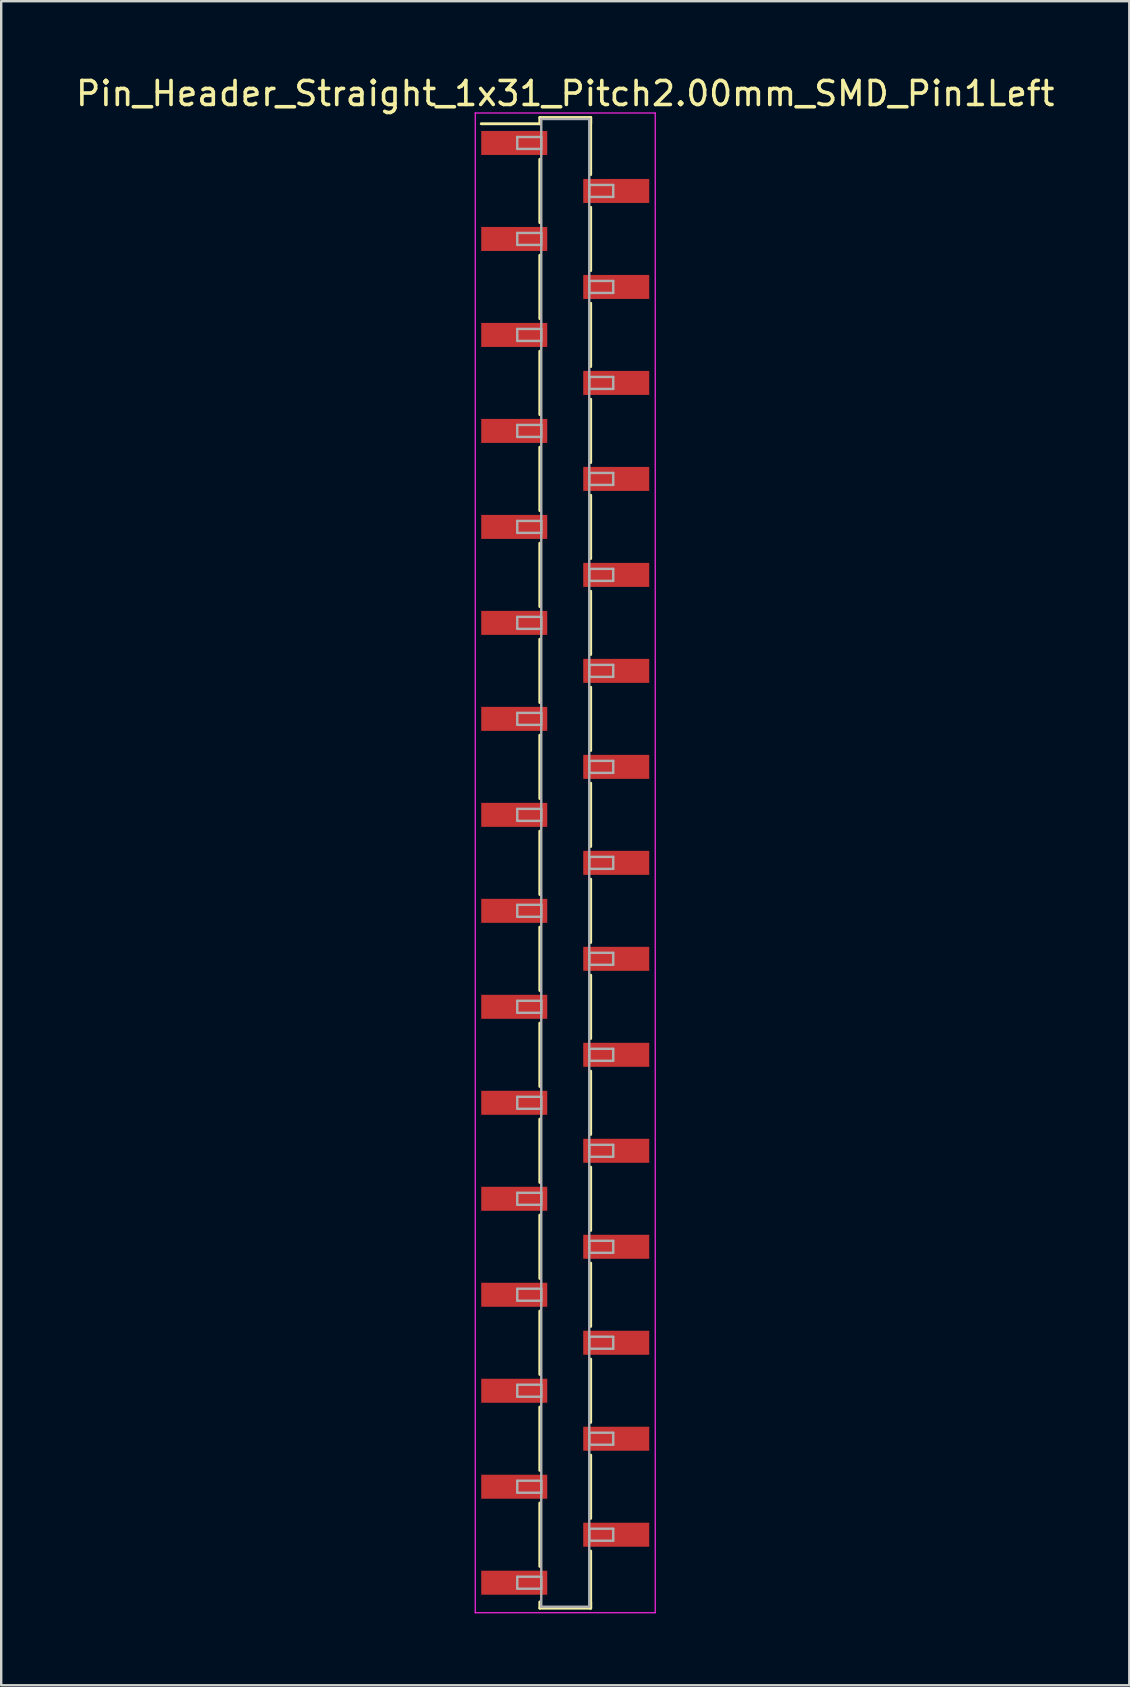
<source format=kicad_pcb>
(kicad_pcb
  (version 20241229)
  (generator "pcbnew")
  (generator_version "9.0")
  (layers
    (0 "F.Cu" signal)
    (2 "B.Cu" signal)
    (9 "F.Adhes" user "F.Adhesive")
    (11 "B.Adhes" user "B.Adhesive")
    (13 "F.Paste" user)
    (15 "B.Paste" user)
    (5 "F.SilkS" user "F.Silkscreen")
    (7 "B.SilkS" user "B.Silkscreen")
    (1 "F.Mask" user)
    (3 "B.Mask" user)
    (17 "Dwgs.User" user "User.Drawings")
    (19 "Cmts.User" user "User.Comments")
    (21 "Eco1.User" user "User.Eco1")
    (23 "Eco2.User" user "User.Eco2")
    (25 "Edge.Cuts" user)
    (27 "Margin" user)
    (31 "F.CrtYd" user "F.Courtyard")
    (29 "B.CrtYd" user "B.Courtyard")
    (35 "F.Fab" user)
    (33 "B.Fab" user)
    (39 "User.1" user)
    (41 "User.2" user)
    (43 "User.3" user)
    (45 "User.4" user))
  (footprint "Pin_Header_Straight_1x31_Pitch2.00mm_SMD_Pin1Left"
    (layer "F.Cu")
    (at 20.506 32.908)
    (property "Reference" "Pin_Header_Straight_1x31_Pitch2.00mm_SMD_Pin1Left" (at 0 -32.06 0) (layer "F.SilkS") (effects (font (size 1 1) (thickness 0.15))))
    (attr smd)
    (fp_line (start -1.06 -31.06) (end 1.06 -31.06) (stroke (width 0.12) (type solid)) (layer "F.SilkS"))
    (fp_line (start -1.06 -30.8) (end -3.5 -30.8) (stroke (width 0.12) (type solid)) (layer "F.SilkS"))
    (fp_line (start -1.06 -30.8) (end -1.06 -31.06) (stroke (width 0.12) (type solid)) (layer "F.SilkS"))
    (fp_line (start -1.06 -29.32) (end -1.06 -26.68) (stroke (width 0.12) (type solid)) (layer "F.SilkS"))
    (fp_line (start -1.06 -25.32) (end -1.06 -22.68) (stroke (width 0.12) (type solid)) (layer "F.SilkS"))
    (fp_line (start -1.06 -21.32) (end -1.06 -18.68) (stroke (width 0.12) (type solid)) (layer "F.SilkS"))
    (fp_line (start -1.06 -17.32) (end -1.06 -14.68) (stroke (width 0.12) (type solid)) (layer "F.SilkS"))
    (fp_line (start -1.06 -13.32) (end -1.06 -10.68) (stroke (width 0.12) (type solid)) (layer "F.SilkS"))
    (fp_line (start -1.06 -9.32) (end -1.06 -6.68) (stroke (width 0.12) (type solid)) (layer "F.SilkS"))
    (fp_line (start -1.06 -5.32) (end -1.06 -2.68) (stroke (width 0.12) (type solid)) (layer "F.SilkS"))
    (fp_line (start -1.06 -1.32) (end -1.06 1.32) (stroke (width 0.12) (type solid)) (layer "F.SilkS"))
    (fp_line (start -1.06 2.68) (end -1.06 5.32) (stroke (width 0.12) (type solid)) (layer "F.SilkS"))
    (fp_line (start -1.06 6.68) (end -1.06 9.32) (stroke (width 0.12) (type solid)) (layer "F.SilkS"))
    (fp_line (start -1.06 10.68) (end -1.06 13.32) (stroke (width 0.12) (type solid)) (layer "F.SilkS"))
    (fp_line (start -1.06 14.68) (end -1.06 17.32) (stroke (width 0.12) (type solid)) (layer "F.SilkS"))
    (fp_line (start -1.06 18.68) (end -1.06 21.32) (stroke (width 0.12) (type solid)) (layer "F.SilkS"))
    (fp_line (start -1.06 22.68) (end -1.06 25.32) (stroke (width 0.12) (type solid)) (layer "F.SilkS"))
    (fp_line (start -1.06 26.68) (end -1.06 29.32) (stroke (width 0.12) (type solid)) (layer "F.SilkS"))
    (fp_line (start -1.06 30.8) (end -1.06 31.06) (stroke (width 0.12) (type solid)) (layer "F.SilkS"))
    (fp_line (start -1.06 31.06) (end 1.06 31.06) (stroke (width 0.12) (type solid)) (layer "F.SilkS"))
    (fp_line (start 1.06 -31.06) (end 1.06 -30.8) (stroke (width 0.12) (type solid)) (layer "F.SilkS"))
    (fp_line (start 1.06 -31.06) (end 1.06 -28.68) (stroke (width 0.12) (type solid)) (layer "F.SilkS"))
    (fp_line (start 1.06 -27.32) (end 1.06 -24.68) (stroke (width 0.12) (type solid)) (layer "F.SilkS"))
    (fp_line (start 1.06 -23.32) (end 1.06 -20.68) (stroke (width 0.12) (type solid)) (layer "F.SilkS"))
    (fp_line (start 1.06 -19.32) (end 1.06 -16.68) (stroke (width 0.12) (type solid)) (layer "F.SilkS"))
    (fp_line (start 1.06 -15.32) (end 1.06 -12.68) (stroke (width 0.12) (type solid)) (layer "F.SilkS"))
    (fp_line (start 1.06 -11.32) (end 1.06 -8.68) (stroke (width 0.12) (type solid)) (layer "F.SilkS"))
    (fp_line (start 1.06 -7.32) (end 1.06 -4.68) (stroke (width 0.12) (type solid)) (layer "F.SilkS"))
    (fp_line (start 1.06 -3.32) (end 1.06 -0.68) (stroke (width 0.12) (type solid)) (layer "F.SilkS"))
    (fp_line (start 1.06 0.68) (end 1.06 3.32) (stroke (width 0.12) (type solid)) (layer "F.SilkS"))
    (fp_line (start 1.06 4.68) (end 1.06 7.32) (stroke (width 0.12) (type solid)) (layer "F.SilkS"))
    (fp_line (start 1.06 8.68) (end 1.06 11.32) (stroke (width 0.12) (type solid)) (layer "F.SilkS"))
    (fp_line (start 1.06 12.68) (end 1.06 15.32) (stroke (width 0.12) (type solid)) (layer "F.SilkS"))
    (fp_line (start 1.06 16.68) (end 1.06 19.32) (stroke (width 0.12) (type solid)) (layer "F.SilkS"))
    (fp_line (start 1.06 20.68) (end 1.06 23.32) (stroke (width 0.12) (type solid)) (layer "F.SilkS"))
    (fp_line (start 1.06 24.68) (end 1.06 27.32) (stroke (width 0.12) (type solid)) (layer "F.SilkS"))
    (fp_line (start 1.06 28.68) (end 1.06 31.06) (stroke (width 0.12) (type solid)) (layer "F.SilkS"))
    (fp_line (start 1.06 31.06) (end 1.06 30.8) (stroke (width 0.12) (type solid)) (layer "F.SilkS"))
    (fp_line (start -3.75 -31.25) (end -3.75 31.25) (stroke (width 0.05) (type solid)) (layer "F.CrtYd"))
    (fp_line (start -3.75 31.25) (end 3.75 31.25) (stroke (width 0.05) (type solid)) (layer "F.CrtYd"))
    (fp_line (start 3.75 -31.25) (end -3.75 -31.25) (stroke (width 0.05) (type solid)) (layer "F.CrtYd"))
    (fp_line (start 3.75 31.25) (end 3.75 -31.25) (stroke (width 0.05) (type solid)) (layer "F.CrtYd"))
    (fp_line (start -2 -30.25) (end -1 -30.25) (stroke (width 0.1) (type solid)) (layer "F.Fab"))
    (fp_line (start -2 -29.75) (end -2 -30.25) (stroke (width 0.1) (type solid)) (layer "F.Fab"))
    (fp_line (start -2 -26.25) (end -1 -26.25) (stroke (width 0.1) (type solid)) (layer "F.Fab"))
    (fp_line (start -2 -25.75) (end -2 -26.25) (stroke (width 0.1) (type solid)) (layer "F.Fab"))
    (fp_line (start -2 -22.25) (end -1 -22.25) (stroke (width 0.1) (type solid)) (layer "F.Fab"))
    (fp_line (start -2 -21.75) (end -2 -22.25) (stroke (width 0.1) (type solid)) (layer "F.Fab"))
    (fp_line (start -2 -18.25) (end -1 -18.25) (stroke (width 0.1) (type solid)) (layer "F.Fab"))
    (fp_line (start -2 -17.75) (end -2 -18.25) (stroke (width 0.1) (type solid)) (layer "F.Fab"))
    (fp_line (start -2 -14.25) (end -1 -14.25) (stroke (width 0.1) (type solid)) (layer "F.Fab"))
    (fp_line (start -2 -13.75) (end -2 -14.25) (stroke (width 0.1) (type solid)) (layer "F.Fab"))
    (fp_line (start -2 -10.25) (end -1 -10.25) (stroke (width 0.1) (type solid)) (layer "F.Fab"))
    (fp_line (start -2 -9.75) (end -2 -10.25) (stroke (width 0.1) (type solid)) (layer "F.Fab"))
    (fp_line (start -2 -6.25) (end -1 -6.25) (stroke (width 0.1) (type solid)) (layer "F.Fab"))
    (fp_line (start -2 -5.75) (end -2 -6.25) (stroke (width 0.1) (type solid)) (layer "F.Fab"))
    (fp_line (start -2 -2.25) (end -1 -2.25) (stroke (width 0.1) (type solid)) (layer "F.Fab"))
    (fp_line (start -2 -1.75) (end -2 -2.25) (stroke (width 0.1) (type solid)) (layer "F.Fab"))
    (fp_line (start -2 1.75) (end -1 1.75) (stroke (width 0.1) (type solid)) (layer "F.Fab"))
    (fp_line (start -2 2.25) (end -2 1.75) (stroke (width 0.1) (type solid)) (layer "F.Fab"))
    (fp_line (start -2 5.75) (end -1 5.75) (stroke (width 0.1) (type solid)) (layer "F.Fab"))
    (fp_line (start -2 6.25) (end -2 5.75) (stroke (width 0.1) (type solid)) (layer "F.Fab"))
    (fp_line (start -2 9.75) (end -1 9.75) (stroke (width 0.1) (type solid)) (layer "F.Fab"))
    (fp_line (start -2 10.25) (end -2 9.75) (stroke (width 0.1) (type solid)) (layer "F.Fab"))
    (fp_line (start -2 13.75) (end -1 13.75) (stroke (width 0.1) (type solid)) (layer "F.Fab"))
    (fp_line (start -2 14.25) (end -2 13.75) (stroke (width 0.1) (type solid)) (layer "F.Fab"))
    (fp_line (start -2 17.75) (end -1 17.75) (stroke (width 0.1) (type solid)) (layer "F.Fab"))
    (fp_line (start -2 18.25) (end -2 17.75) (stroke (width 0.1) (type solid)) (layer "F.Fab"))
    (fp_line (start -2 21.75) (end -1 21.75) (stroke (width 0.1) (type solid)) (layer "F.Fab"))
    (fp_line (start -2 22.25) (end -2 21.75) (stroke (width 0.1) (type solid)) (layer "F.Fab"))
    (fp_line (start -2 25.75) (end -1 25.75) (stroke (width 0.1) (type solid)) (layer "F.Fab"))
    (fp_line (start -2 26.25) (end -2 25.75) (stroke (width 0.1) (type solid)) (layer "F.Fab"))
    (fp_line (start -2 29.75) (end -1 29.75) (stroke (width 0.1) (type solid)) (layer "F.Fab"))
    (fp_line (start -2 30.25) (end -2 29.75) (stroke (width 0.1) (type solid)) (layer "F.Fab"))
    (fp_line (start -1 -31) (end -1 31) (stroke (width 0.1) (type solid)) (layer "F.Fab"))
    (fp_line (start -1 -30.25) (end -1 -29.75) (stroke (width 0.1) (type solid)) (layer "F.Fab"))
    (fp_line (start -1 -29.75) (end -2 -29.75) (stroke (width 0.1) (type solid)) (layer "F.Fab"))
    (fp_line (start -1 -26.25) (end -1 -25.75) (stroke (width 0.1) (type solid)) (layer "F.Fab"))
    (fp_line (start -1 -25.75) (end -2 -25.75) (stroke (width 0.1) (type solid)) (layer "F.Fab"))
    (fp_line (start -1 -22.25) (end -1 -21.75) (stroke (width 0.1) (type solid)) (layer "F.Fab"))
    (fp_line (start -1 -21.75) (end -2 -21.75) (stroke (width 0.1) (type solid)) (layer "F.Fab"))
    (fp_line (start -1 -18.25) (end -1 -17.75) (stroke (width 0.1) (type solid)) (layer "F.Fab"))
    (fp_line (start -1 -17.75) (end -2 -17.75) (stroke (width 0.1) (type solid)) (layer "F.Fab"))
    (fp_line (start -1 -14.25) (end -1 -13.75) (stroke (width 0.1) (type solid)) (layer "F.Fab"))
    (fp_line (start -1 -13.75) (end -2 -13.75) (stroke (width 0.1) (type solid)) (layer "F.Fab"))
    (fp_line (start -1 -10.25) (end -1 -9.75) (stroke (width 0.1) (type solid)) (layer "F.Fab"))
    (fp_line (start -1 -9.75) (end -2 -9.75) (stroke (width 0.1) (type solid)) (layer "F.Fab"))
    (fp_line (start -1 -6.25) (end -1 -5.75) (stroke (width 0.1) (type solid)) (layer "F.Fab"))
    (fp_line (start -1 -5.75) (end -2 -5.75) (stroke (width 0.1) (type solid)) (layer "F.Fab"))
    (fp_line (start -1 -2.25) (end -1 -1.75) (stroke (width 0.1) (type solid)) (layer "F.Fab"))
    (fp_line (start -1 -1.75) (end -2 -1.75) (stroke (width 0.1) (type solid)) (layer "F.Fab"))
    (fp_line (start -1 1.75) (end -1 2.25) (stroke (width 0.1) (type solid)) (layer "F.Fab"))
    (fp_line (start -1 2.25) (end -2 2.25) (stroke (width 0.1) (type solid)) (layer "F.Fab"))
    (fp_line (start -1 5.75) (end -1 6.25) (stroke (width 0.1) (type solid)) (layer "F.Fab"))
    (fp_line (start -1 6.25) (end -2 6.25) (stroke (width 0.1) (type solid)) (layer "F.Fab"))
    (fp_line (start -1 9.75) (end -1 10.25) (stroke (width 0.1) (type solid)) (layer "F.Fab"))
    (fp_line (start -1 10.25) (end -2 10.25) (stroke (width 0.1) (type solid)) (layer "F.Fab"))
    (fp_line (start -1 13.75) (end -1 14.25) (stroke (width 0.1) (type solid)) (layer "F.Fab"))
    (fp_line (start -1 14.25) (end -2 14.25) (stroke (width 0.1) (type solid)) (layer "F.Fab"))
    (fp_line (start -1 17.75) (end -1 18.25) (stroke (width 0.1) (type solid)) (layer "F.Fab"))
    (fp_line (start -1 18.25) (end -2 18.25) (stroke (width 0.1) (type solid)) (layer "F.Fab"))
    (fp_line (start -1 21.75) (end -1 22.25) (stroke (width 0.1) (type solid)) (layer "F.Fab"))
    (fp_line (start -1 22.25) (end -2 22.25) (stroke (width 0.1) (type solid)) (layer "F.Fab"))
    (fp_line (start -1 25.75) (end -1 26.25) (stroke (width 0.1) (type solid)) (layer "F.Fab"))
    (fp_line (start -1 26.25) (end -2 26.25) (stroke (width 0.1) (type solid)) (layer "F.Fab"))
    (fp_line (start -1 29.75) (end -1 30.25) (stroke (width 0.1) (type solid)) (layer "F.Fab"))
    (fp_line (start -1 30.25) (end -2 30.25) (stroke (width 0.1) (type solid)) (layer "F.Fab"))
    (fp_line (start -1 31) (end 1 31) (stroke (width 0.1) (type solid)) (layer "F.Fab"))
    (fp_line (start 1 -31) (end -1 -31) (stroke (width 0.1) (type solid)) (layer "F.Fab"))
    (fp_line (start 1 -28.25) (end 1 -27.75) (stroke (width 0.1) (type solid)) (layer "F.Fab"))
    (fp_line (start 1 -27.75) (end 2 -27.75) (stroke (width 0.1) (type solid)) (layer "F.Fab"))
    (fp_line (start 1 -24.25) (end 1 -23.75) (stroke (width 0.1) (type solid)) (layer "F.Fab"))
    (fp_line (start 1 -23.75) (end 2 -23.75) (stroke (width 0.1) (type solid)) (layer "F.Fab"))
    (fp_line (start 1 -20.25) (end 1 -19.75) (stroke (width 0.1) (type solid)) (layer "F.Fab"))
    (fp_line (start 1 -19.75) (end 2 -19.75) (stroke (width 0.1) (type solid)) (layer "F.Fab"))
    (fp_line (start 1 -16.25) (end 1 -15.75) (stroke (width 0.1) (type solid)) (layer "F.Fab"))
    (fp_line (start 1 -15.75) (end 2 -15.75) (stroke (width 0.1) (type solid)) (layer "F.Fab"))
    (fp_line (start 1 -12.25) (end 1 -11.75) (stroke (width 0.1) (type solid)) (layer "F.Fab"))
    (fp_line (start 1 -11.75) (end 2 -11.75) (stroke (width 0.1) (type solid)) (layer "F.Fab"))
    (fp_line (start 1 -8.25) (end 1 -7.75) (stroke (width 0.1) (type solid)) (layer "F.Fab"))
    (fp_line (start 1 -7.75) (end 2 -7.75) (stroke (width 0.1) (type solid)) (layer "F.Fab"))
    (fp_line (start 1 -4.25) (end 1 -3.75) (stroke (width 0.1) (type solid)) (layer "F.Fab"))
    (fp_line (start 1 -3.75) (end 2 -3.75) (stroke (width 0.1) (type solid)) (layer "F.Fab"))
    (fp_line (start 1 -0.25) (end 1 0.25) (stroke (width 0.1) (type solid)) (layer "F.Fab"))
    (fp_line (start 1 0.25) (end 2 0.25) (stroke (width 0.1) (type solid)) (layer "F.Fab"))
    (fp_line (start 1 3.75) (end 1 4.25) (stroke (width 0.1) (type solid)) (layer "F.Fab"))
    (fp_line (start 1 4.25) (end 2 4.25) (stroke (width 0.1) (type solid)) (layer "F.Fab"))
    (fp_line (start 1 7.75) (end 1 8.25) (stroke (width 0.1) (type solid)) (layer "F.Fab"))
    (fp_line (start 1 8.25) (end 2 8.25) (stroke (width 0.1) (type solid)) (layer "F.Fab"))
    (fp_line (start 1 11.75) (end 1 12.25) (stroke (width 0.1) (type solid)) (layer "F.Fab"))
    (fp_line (start 1 12.25) (end 2 12.25) (stroke (width 0.1) (type solid)) (layer "F.Fab"))
    (fp_line (start 1 15.75) (end 1 16.25) (stroke (width 0.1) (type solid)) (layer "F.Fab"))
    (fp_line (start 1 16.25) (end 2 16.25) (stroke (width 0.1) (type solid)) (layer "F.Fab"))
    (fp_line (start 1 19.75) (end 1 20.25) (stroke (width 0.1) (type solid)) (layer "F.Fab"))
    (fp_line (start 1 20.25) (end 2 20.25) (stroke (width 0.1) (type solid)) (layer "F.Fab"))
    (fp_line (start 1 23.75) (end 1 24.25) (stroke (width 0.1) (type solid)) (layer "F.Fab"))
    (fp_line (start 1 24.25) (end 2 24.25) (stroke (width 0.1) (type solid)) (layer "F.Fab"))
    (fp_line (start 1 27.75) (end 1 28.25) (stroke (width 0.1) (type solid)) (layer "F.Fab"))
    (fp_line (start 1 28.25) (end 2 28.25) (stroke (width 0.1) (type solid)) (layer "F.Fab"))
    (fp_line (start 1 31) (end 1 -31) (stroke (width 0.1) (type solid)) (layer "F.Fab"))
    (fp_line (start 2 -28.25) (end 1 -28.25) (stroke (width 0.1) (type solid)) (layer "F.Fab"))
    (fp_line (start 2 -27.75) (end 2 -28.25) (stroke (width 0.1) (type solid)) (layer "F.Fab"))
    (fp_line (start 2 -24.25) (end 1 -24.25) (stroke (width 0.1) (type solid)) (layer "F.Fab"))
    (fp_line (start 2 -23.75) (end 2 -24.25) (stroke (width 0.1) (type solid)) (layer "F.Fab"))
    (fp_line (start 2 -20.25) (end 1 -20.25) (stroke (width 0.1) (type solid)) (layer "F.Fab"))
    (fp_line (start 2 -19.75) (end 2 -20.25) (stroke (width 0.1) (type solid)) (layer "F.Fab"))
    (fp_line (start 2 -16.25) (end 1 -16.25) (stroke (width 0.1) (type solid)) (layer "F.Fab"))
    (fp_line (start 2 -15.75) (end 2 -16.25) (stroke (width 0.1) (type solid)) (layer "F.Fab"))
    (fp_line (start 2 -12.25) (end 1 -12.25) (stroke (width 0.1) (type solid)) (layer "F.Fab"))
    (fp_line (start 2 -11.75) (end 2 -12.25) (stroke (width 0.1) (type solid)) (layer "F.Fab"))
    (fp_line (start 2 -8.25) (end 1 -8.25) (stroke (width 0.1) (type solid)) (layer "F.Fab"))
    (fp_line (start 2 -7.75) (end 2 -8.25) (stroke (width 0.1) (type solid)) (layer "F.Fab"))
    (fp_line (start 2 -4.25) (end 1 -4.25) (stroke (width 0.1) (type solid)) (layer "F.Fab"))
    (fp_line (start 2 -3.75) (end 2 -4.25) (stroke (width 0.1) (type solid)) (layer "F.Fab"))
    (fp_line (start 2 -0.25) (end 1 -0.25) (stroke (width 0.1) (type solid)) (layer "F.Fab"))
    (fp_line (start 2 0.25) (end 2 -0.25) (stroke (width 0.1) (type solid)) (layer "F.Fab"))
    (fp_line (start 2 3.75) (end 1 3.75) (stroke (width 0.1) (type solid)) (layer "F.Fab"))
    (fp_line (start 2 4.25) (end 2 3.75) (stroke (width 0.1) (type solid)) (layer "F.Fab"))
    (fp_line (start 2 7.75) (end 1 7.75) (stroke (width 0.1) (type solid)) (layer "F.Fab"))
    (fp_line (start 2 8.25) (end 2 7.75) (stroke (width 0.1) (type solid)) (layer "F.Fab"))
    (fp_line (start 2 11.75) (end 1 11.75) (stroke (width 0.1) (type solid)) (layer "F.Fab"))
    (fp_line (start 2 12.25) (end 2 11.75) (stroke (width 0.1) (type solid)) (layer "F.Fab"))
    (fp_line (start 2 15.75) (end 1 15.75) (stroke (width 0.1) (type solid)) (layer "F.Fab"))
    (fp_line (start 2 16.25) (end 2 15.75) (stroke (width 0.1) (type solid)) (layer "F.Fab"))
    (fp_line (start 2 19.75) (end 1 19.75) (stroke (width 0.1) (type solid)) (layer "F.Fab"))
    (fp_line (start 2 20.25) (end 2 19.75) (stroke (width 0.1) (type solid)) (layer "F.Fab"))
    (fp_line (start 2 23.75) (end 1 23.75) (stroke (width 0.1) (type solid)) (layer "F.Fab"))
    (fp_line (start 2 24.25) (end 2 23.75) (stroke (width 0.1) (type solid)) (layer "F.Fab"))
    (fp_line (start 2 27.75) (end 1 27.75) (stroke (width 0.1) (type solid)) (layer "F.Fab"))
    (fp_line (start 2 28.25) (end 2 27.75) (stroke (width 0.1) (type solid)) (layer "F.Fab"))
    (pad "1" smd rect (at -2.125 -30) (size 2.75 1) (layers "F.Cu" "F.Mask"))
    (pad "2" smd rect (at 2.125 -28) (size 2.75 1) (layers "F.Cu" "F.Mask"))
    (pad "3" smd rect (at -2.125 -26) (size 2.75 1) (layers "F.Cu" "F.Mask"))
    (pad "4" smd rect (at 2.125 -24) (size 2.75 1) (layers "F.Cu" "F.Mask"))
    (pad "5" smd rect (at -2.125 -22) (size 2.75 1) (layers "F.Cu" "F.Mask"))
    (pad "6" smd rect (at 2.125 -20) (size 2.75 1) (layers "F.Cu" "F.Mask"))
    (pad "7" smd rect (at -2.125 -18) (size 2.75 1) (layers "F.Cu" "F.Mask"))
    (pad "8" smd rect (at 2.125 -16) (size 2.75 1) (layers "F.Cu" "F.Mask"))
    (pad "9" smd rect (at -2.125 -14) (size 2.75 1) (layers "F.Cu" "F.Mask"))
    (pad "10" smd rect (at 2.125 -12) (size 2.75 1) (layers "F.Cu" "F.Mask"))
    (pad "11" smd rect (at -2.125 -10) (size 2.75 1) (layers "F.Cu" "F.Mask"))
    (pad "12" smd rect (at 2.125 -8) (size 2.75 1) (layers "F.Cu" "F.Mask"))
    (pad "13" smd rect (at -2.125 -6) (size 2.75 1) (layers "F.Cu" "F.Mask"))
    (pad "14" smd rect (at 2.125 -4) (size 2.75 1) (layers "F.Cu" "F.Mask"))
    (pad "15" smd rect (at -2.125 -2) (size 2.75 1) (layers "F.Cu" "F.Mask"))
    (pad "16" smd rect (at 2.125 0) (size 2.75 1) (layers "F.Cu" "F.Mask"))
    (pad "17" smd rect (at -2.125 2) (size 2.75 1) (layers "F.Cu" "F.Mask"))
    (pad "18" smd rect (at 2.125 4) (size 2.75 1) (layers "F.Cu" "F.Mask"))
    (pad "19" smd rect (at -2.125 6) (size 2.75 1) (layers "F.Cu" "F.Mask"))
    (pad "20" smd rect (at 2.125 8) (size 2.75 1) (layers "F.Cu" "F.Mask"))
    (pad "21" smd rect (at -2.125 10) (size 2.75 1) (layers "F.Cu" "F.Mask"))
    (pad "22" smd rect (at 2.125 12) (size 2.75 1) (layers "F.Cu" "F.Mask"))
    (pad "23" smd rect (at -2.125 14) (size 2.75 1) (layers "F.Cu" "F.Mask"))
    (pad "24" smd rect (at 2.125 16) (size 2.75 1) (layers "F.Cu" "F.Mask"))
    (pad "25" smd rect (at -2.125 18) (size 2.75 1) (layers "F.Cu" "F.Mask"))
    (pad "26" smd rect (at 2.125 20) (size 2.75 1) (layers "F.Cu" "F.Mask"))
    (pad "27" smd rect (at -2.125 22) (size 2.75 1) (layers "F.Cu" "F.Mask"))
    (pad "28" smd rect (at 2.125 24) (size 2.75 1) (layers "F.Cu" "F.Mask"))
    (pad "29" smd rect (at -2.125 26) (size 2.75 1) (layers "F.Cu" "F.Mask"))
    (pad "30" smd rect (at 2.125 28) (size 2.75 1) (layers "F.Cu" "F.Mask"))
    (pad "31" smd rect (at -2.125 30) (size 2.75 1) (layers "F.Cu" "F.Mask")))
  (gr_rect
    (start -3 -3)
    (end 44.012 67.183)
    (stroke (width 0.1) (type default))
    (fill no)
    (layer "Edge.Cuts")))
</source>
